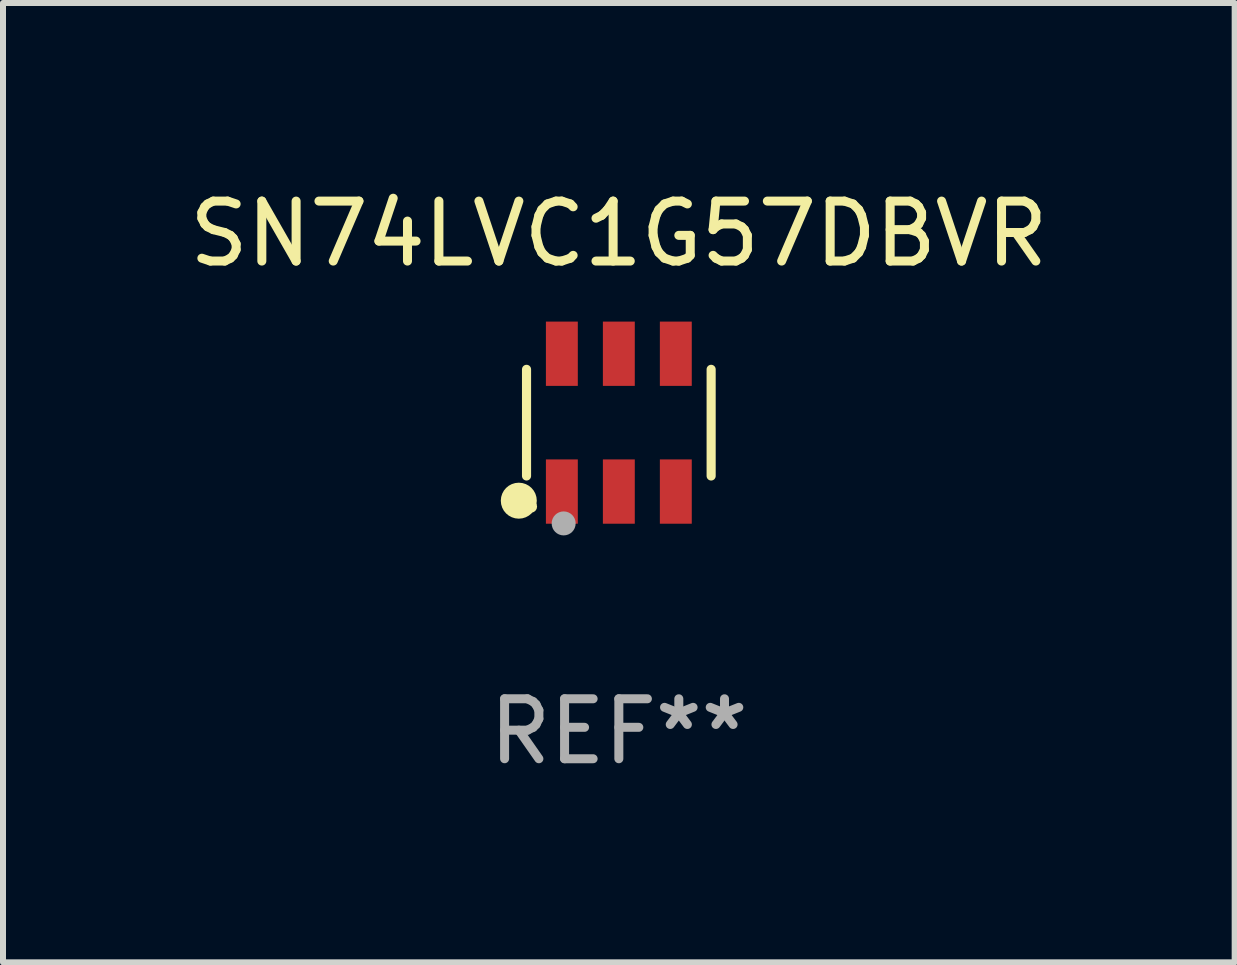
<source format=kicad_pcb>
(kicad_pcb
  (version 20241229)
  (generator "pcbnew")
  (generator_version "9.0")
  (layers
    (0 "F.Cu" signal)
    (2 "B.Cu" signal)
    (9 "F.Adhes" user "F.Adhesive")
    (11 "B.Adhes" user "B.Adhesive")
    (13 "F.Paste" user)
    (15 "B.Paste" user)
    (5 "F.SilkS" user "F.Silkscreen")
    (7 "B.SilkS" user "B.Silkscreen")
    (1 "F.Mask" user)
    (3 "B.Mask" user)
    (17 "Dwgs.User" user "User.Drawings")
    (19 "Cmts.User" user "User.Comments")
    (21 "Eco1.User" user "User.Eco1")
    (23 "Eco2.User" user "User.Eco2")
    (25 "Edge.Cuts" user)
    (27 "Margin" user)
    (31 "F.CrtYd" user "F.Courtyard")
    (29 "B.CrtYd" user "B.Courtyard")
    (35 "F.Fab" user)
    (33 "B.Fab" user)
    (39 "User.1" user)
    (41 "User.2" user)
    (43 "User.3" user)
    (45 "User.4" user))
  (footprint "SN74LVC1G57DBVR"
    (layer "F.Cu")
    (at 7.268 3.997)
    (property "Reference" "SN74LVC1G57DBVR" (at 0 -3.149 0) (layer "F.SilkS") (effects (font (size 1 1) (thickness 0.15))))
    (attr through_hole)
    (fp_line (start -1.539 0.889) (end -1.539 -0.889) (stroke (width 0.152) (type solid)) (layer "F.SilkS"))
    (fp_line (start 1.539 0.889) (end 1.539 -0.889) (stroke (width 0.152) (type solid)) (layer "F.SilkS"))
    (fp_circle (center -1.668 1.301) (end -1.518 1.301) (stroke (width 0.3) (type solid)) (fill no) (layer "F.SilkS"))
    (fp_circle (center -1.463 1.4) (end -1.413 1.4) (stroke (width 0.1) (type solid)) (fill no) (layer "F.SilkS"))
    (fp_circle (center -0.92 1.68) (end -0.82 1.68) (stroke (width 0.2) (type solid)) (fill no) (layer "F.Fab"))
    (fp_text user "REF**" (at 0 5.149 0) (layer "F.Fab") (effects (font (size 1 1) (thickness 0.15))))
    (pad "1" smd rect (at -0.95 1.149) (size 0.532 1.072) (layers "F.Cu" "F.Mask" "F.Paste"))
    (pad "2" smd rect (at 0 1.149) (size 0.532 1.072) (layers "F.Cu" "F.Mask" "F.Paste"))
    (pad "3" smd rect (at 0.95 1.149) (size 0.532 1.072) (layers "F.Cu" "F.Mask" "F.Paste"))
    (pad "4" smd rect (at 0.95 -1.149) (size 0.532 1.072) (layers "F.Cu" "F.Mask" "F.Paste"))
    (pad "5" smd rect (at 0 -1.149) (size 0.532 1.072) (layers "F.Cu" "F.Mask" "F.Paste"))
    (pad "6" smd rect (at -0.95 -1.149) (size 0.532 1.072) (layers "F.Cu" "F.Mask" "F.Paste")))
  (gr_rect
    (start -3 -3)
    (end 17.536 12.995)
    (stroke (width 0.1) (type default))
    (fill no)
    (layer "Edge.Cuts")))
</source>
